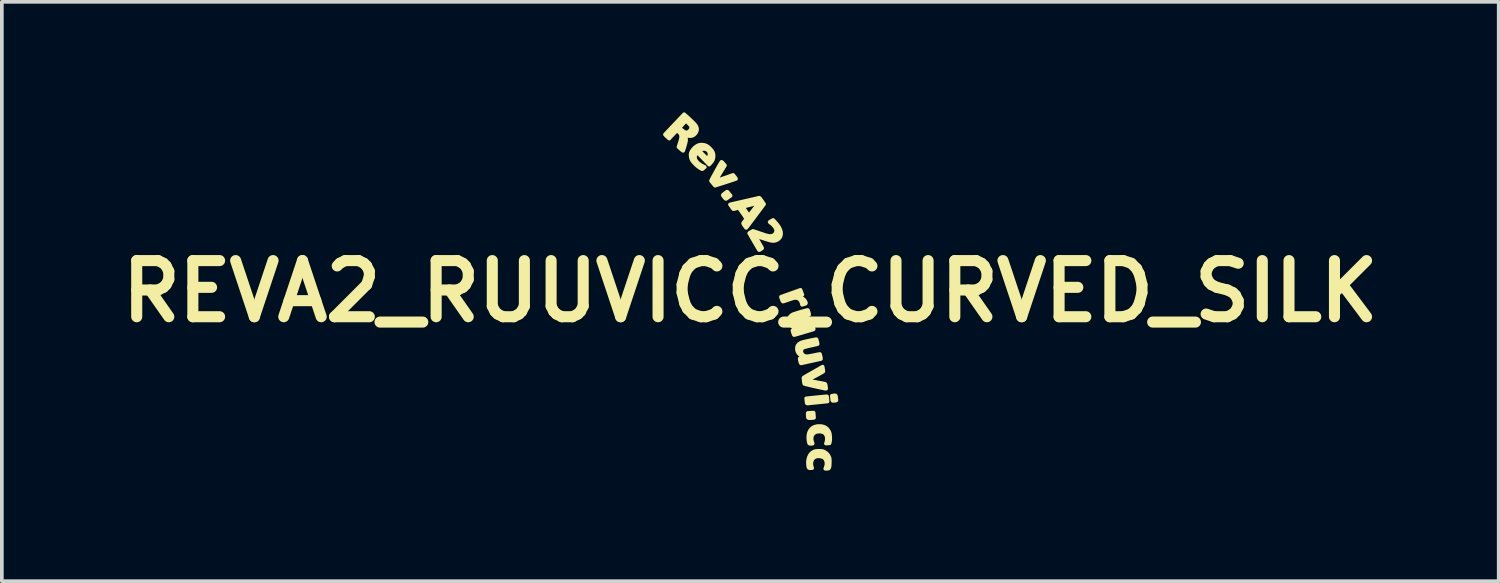
<source format=kicad_pcb>
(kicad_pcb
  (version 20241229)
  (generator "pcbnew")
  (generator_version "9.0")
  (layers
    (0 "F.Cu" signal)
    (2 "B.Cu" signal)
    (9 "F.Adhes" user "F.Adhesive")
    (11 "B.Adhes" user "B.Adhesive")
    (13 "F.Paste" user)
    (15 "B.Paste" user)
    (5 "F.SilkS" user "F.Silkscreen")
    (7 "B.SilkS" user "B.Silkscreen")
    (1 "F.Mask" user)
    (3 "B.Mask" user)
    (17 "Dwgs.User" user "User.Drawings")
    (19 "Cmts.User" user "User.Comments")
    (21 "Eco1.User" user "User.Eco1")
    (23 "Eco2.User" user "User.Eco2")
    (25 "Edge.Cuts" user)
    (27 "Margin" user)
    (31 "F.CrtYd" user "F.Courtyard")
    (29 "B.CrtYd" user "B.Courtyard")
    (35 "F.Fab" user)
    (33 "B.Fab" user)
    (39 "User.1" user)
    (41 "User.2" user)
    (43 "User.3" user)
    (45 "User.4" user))
  (footprint "REVA2_RUUVICC_CURVED_SILK"
    (layer "F.Cu")
    (at 17.316 4.858)
    (property "Reference" "REVA2_RUUVICC_CURVED_SILK" (at 0 0 0) (layer "F.SilkS") (effects (font (size 1.524 1.524) (thickness 0.3))))
    (attr through_hole)
    (fp_poly (pts (xy 1.73 3.432) (xy 1.691 3.438) (xy 1.642 3.443) (xy 1.603 3.443) (xy 1.577 3.438) (xy 1.566 3.43) (xy 1.563 3.415) (xy 1.561 3.389) (xy 1.56 3.359) (xy 1.56 3.302) (xy 1.639 3.296) (xy 1.673 3.294) (xy 1.7 3.293) (xy 1.715 3.293) (xy 1.718 3.293) (xy 1.719 3.302) (xy 1.721 3.323) (xy 1.724 3.353) (xy 1.725 3.364) (xy 1.73 3.432)) (stroke (width 0.1) (type solid)) (fill yes) (layer "F.SilkS"))
    (fp_poly (pts (xy 2.338 2.953) (xy 2.334 2.961) (xy 2.32 2.966) (xy 2.294 2.969) (xy 2.276 2.971) (xy 2.25 2.973) (xy 2.236 2.972) (xy 2.23 2.964) (xy 2.227 2.953) (xy 2.224 2.931) (xy 2.22 2.901) (xy 2.218 2.883) (xy 2.213 2.835) (xy 2.245 2.83) (xy 2.281 2.824) (xy 2.304 2.824) (xy 2.317 2.83) (xy 2.324 2.845) (xy 2.328 2.87) (xy 2.328 2.873) (xy 2.331 2.903) (xy 2.335 2.93) (xy 2.337 2.941) (xy 2.338 2.953)) (stroke (width 0.1) (type solid)) (fill yes) (layer "F.SilkS"))
    (fp_poly (pts (xy -0.535 -2.596) (xy -0.591 -2.555) (xy -0.619 -2.536) (xy -0.642 -2.519) (xy -0.656 -2.51) (xy -0.658 -2.508) (xy -0.668 -2.512) (xy -0.686 -2.528) (xy -0.707 -2.553) (xy -0.726 -2.578) (xy -0.741 -2.599) (xy -0.748 -2.611) (xy -0.748 -2.612) (xy -0.743 -2.619) (xy -0.727 -2.634) (xy -0.705 -2.652) (xy -0.68 -2.671) (xy -0.656 -2.688) (xy -0.637 -2.701) (xy -0.626 -2.705) (xy -0.619 -2.699) (xy -0.604 -2.683) (xy -0.584 -2.659) (xy -0.578 -2.651) (xy -0.535 -2.596)) (stroke (width 0.1) (type solid)) (fill yes) (layer "F.SilkS"))
    (fp_poly (pts (xy 2.097 2.99) (xy 1.865 3.013) (xy 1.801 3.02) (xy 1.74 3.026) (xy 1.685 3.031) (xy 1.639 3.036) (xy 1.605 3.04) (xy 1.585 3.042) (xy 1.557 3.044) (xy 1.542 3.043) (xy 1.535 3.037) (xy 1.532 3.031) (xy 1.529 3.014) (xy 1.526 2.987) (xy 1.523 2.96) (xy 1.517 2.905) (xy 1.798 2.876) (xy 1.865 2.869) (xy 1.926 2.863) (xy 1.98 2.858) (xy 2.025 2.854) (xy 2.058 2.851) (xy 2.077 2.85) (xy 2.081 2.85) (xy 2.084 2.86) (xy 2.087 2.882) (xy 2.09 2.912) (xy 2.091 2.922) (xy 2.097 2.99)) (stroke (width 0.1) (type solid)) (fill yes) (layer "F.SilkS"))
    (fp_poly (pts (xy 2.169 4.013) (xy 2.166 4.058) (xy 2.161 4.084) (xy 2.15 4.126) (xy 2.101 4.128) (xy 2.053 4.131) (xy 2.066 4.095) (xy 2.076 4.049) (xy 2.079 3.998) (xy 2.074 3.948) (xy 2.062 3.907) (xy 2.061 3.905) (xy 2.033 3.863) (xy 1.998 3.833) (xy 1.951 3.815) (xy 1.893 3.807) (xy 1.872 3.806) (xy 1.811 3.812) (xy 1.762 3.828) (xy 1.722 3.856) (xy 1.705 3.873) (xy 1.682 3.911) (xy 1.667 3.958) (xy 1.662 4.001) (xy 1.665 4.024) (xy 1.671 4.057) (xy 1.68 4.091) (xy 1.69 4.12) (xy 1.692 4.124) (xy 1.693 4.132) (xy 1.687 4.137) (xy 1.669 4.138) (xy 1.65 4.139) (xy 1.62 4.137) (xy 1.603 4.132) (xy 1.598 4.126) (xy 1.592 4.106) (xy 1.59 4.099) (xy 1.582 4.064) (xy 1.577 4.019) (xy 1.575 3.971) (xy 1.576 3.926) (xy 1.578 3.906) (xy 1.591 3.844) (xy 1.613 3.792) (xy 1.645 3.746) (xy 1.653 3.737) (xy 1.696 3.701) (xy 1.746 3.676) (xy 1.806 3.661) (xy 1.848 3.657) (xy 1.925 3.658) (xy 1.992 3.673) (xy 2.048 3.7) (xy 2.094 3.74) (xy 2.131 3.794) (xy 2.15 3.833) (xy 2.159 3.867) (xy 2.165 3.912) (xy 2.169 3.962) (xy 2.169 4.013)) (stroke (width 0.1) (type solid)) (fill yes) (layer "F.SilkS"))
    (fp_poly (pts (xy -0.388 -3.053) (xy -0.388 -3.052) (xy -0.397 -3.049) (xy -0.42 -3.041) (xy -0.455 -3.029) (xy -0.499 -3.014) (xy -0.55 -2.998) (xy -0.606 -2.979) (xy -0.665 -2.96) (xy -0.724 -2.941) (xy -0.782 -2.923) (xy -0.835 -2.906) (xy -0.883 -2.891) (xy -0.922 -2.879) (xy -0.922 -2.879) (xy -0.958 -2.868) (xy -1.01 -2.929) (xy -1.033 -2.956) (xy -1.052 -2.98) (xy -1.064 -2.996) (xy -1.066 -3) (xy -1.063 -3.009) (xy -1.052 -3.031) (xy -1.036 -3.063) (xy -1.014 -3.104) (xy -0.989 -3.151) (xy -0.961 -3.202) (xy -0.931 -3.256) (xy -0.902 -3.309) (xy -0.873 -3.361) (xy -0.846 -3.408) (xy -0.822 -3.449) (xy -0.802 -3.482) (xy -0.788 -3.505) (xy -0.781 -3.515) (xy -0.78 -3.515) (xy -0.772 -3.511) (xy -0.756 -3.497) (xy -0.736 -3.475) (xy -0.73 -3.469) (xy -0.687 -3.419) (xy -0.804 -3.225) (xy -0.836 -3.173) (xy -0.865 -3.124) (xy -0.891 -3.082) (xy -0.911 -3.048) (xy -0.925 -3.024) (xy -0.932 -3.013) (xy -0.934 -3.009) (xy -0.934 -3.005) (xy -0.932 -3.004) (xy -0.925 -3.004) (xy -0.912 -3.007) (xy -0.892 -3.013) (xy -0.865 -3.022) (xy -0.828 -3.034) (xy -0.78 -3.051) (xy -0.72 -3.072) (xy -0.646 -3.097) (xy -0.559 -3.128) (xy -0.549 -3.132) (xy -0.466 -3.161) (xy -0.424 -3.109) (xy -0.405 -3.084) (xy -0.392 -3.065) (xy -0.388 -3.053)) (stroke (width 0.1) (type solid)) (fill yes) (layer "F.SilkS"))
    (fp_poly (pts (xy 1.512 0.32) (xy 1.509 0.328) (xy 1.497 0.336) (xy 1.471 0.345) (xy 1.465 0.347) (xy 1.437 0.356) (xy 1.416 0.362) (xy 1.407 0.365) (xy 1.403 0.357) (xy 1.398 0.338) (xy 1.397 0.33) (xy 1.384 0.285) (xy 1.358 0.243) (xy 1.325 0.209) (xy 1.307 0.198) (xy 1.28 0.186) (xy 1.253 0.179) (xy 1.223 0.179) (xy 1.188 0.183) (xy 1.143 0.194) (xy 1.088 0.212) (xy 1.047 0.226) (xy 1.001 0.242) (xy 0.96 0.256) (xy 0.926 0.267) (xy 0.903 0.275) (xy 0.895 0.277) (xy 0.885 0.277) (xy 0.877 0.269) (xy 0.868 0.252) (xy 0.856 0.221) (xy 0.854 0.216) (xy 0.843 0.186) (xy 0.835 0.163) (xy 0.832 0.15) (xy 0.832 0.149) (xy 0.841 0.146) (xy 0.863 0.138) (xy 0.897 0.125) (xy 0.94 0.11) (xy 0.99 0.092) (xy 1.022 0.081) (xy 1.081 0.06) (xy 1.139 0.039) (xy 1.194 0.02) (xy 1.241 0.003) (xy 1.277 -0.01) (xy 1.286 -0.013) (xy 1.363 -0.041) (xy 1.389 0.026) (xy 1.414 0.093) (xy 1.371 0.109) (xy 1.338 0.121) (xy 1.306 0.132) (xy 1.293 0.136) (xy 1.259 0.147) (xy 1.306 0.158) (xy 1.352 0.17) (xy 1.385 0.179) (xy 1.408 0.188) (xy 1.427 0.198) (xy 1.443 0.21) (xy 1.447 0.214) (xy 1.477 0.246) (xy 1.5 0.285) (xy 1.509 0.309) (xy 1.512 0.32)) (stroke (width 0.1) (type solid)) (fill yes) (layer "F.SilkS"))
    (fp_poly (pts (xy 2.059 2.64) (xy 2.052 2.645) (xy 2.051 2.645) (xy 2.041 2.643) (xy 2.015 2.638) (xy 1.977 2.63) (xy 1.929 2.62) (xy 1.872 2.608) (xy 1.808 2.594) (xy 1.757 2.582) (xy 1.69 2.568) (xy 1.628 2.553) (xy 1.573 2.54) (xy 1.528 2.529) (xy 1.494 2.52) (xy 1.473 2.513) (xy 1.467 2.51) (xy 1.462 2.496) (xy 1.457 2.47) (xy 1.452 2.438) (xy 1.448 2.405) (xy 1.445 2.374) (xy 1.445 2.351) (xy 1.447 2.341) (xy 1.456 2.335) (xy 1.478 2.322) (xy 1.511 2.302) (xy 1.554 2.277) (xy 1.604 2.248) (xy 1.661 2.216) (xy 1.709 2.189) (xy 1.963 2.044) (xy 1.974 2.104) (xy 1.979 2.135) (xy 1.982 2.161) (xy 1.982 2.175) (xy 1.981 2.175) (xy 1.973 2.182) (xy 1.952 2.195) (xy 1.919 2.214) (xy 1.877 2.238) (xy 1.828 2.265) (xy 1.774 2.294) (xy 1.765 2.299) (xy 1.71 2.328) (xy 1.661 2.355) (xy 1.62 2.378) (xy 1.588 2.397) (xy 1.567 2.41) (xy 1.558 2.417) (xy 1.558 2.417) (xy 1.568 2.42) (xy 1.592 2.426) (xy 1.629 2.433) (xy 1.675 2.442) (xy 1.729 2.453) (xy 1.785 2.463) (xy 1.845 2.474) (xy 1.9 2.484) (xy 1.948 2.493) (xy 1.986 2.5) (xy 2.012 2.505) (xy 2.024 2.508) (xy 2.035 2.514) (xy 2.043 2.528) (xy 2.048 2.555) (xy 2.052 2.585) (xy 2.056 2.613) (xy 2.058 2.622) (xy 2.059 2.64)) (stroke (width 0.1) (type solid)) (fill yes) (layer "F.SilkS"))
    (fp_poly (pts (xy 2.158 4.634) (xy 2.158 4.639) (xy 2.156 4.697) (xy 2.153 4.74) (xy 2.147 4.771) (xy 2.144 4.779) (xy 2.136 4.798) (xy 2.127 4.809) (xy 2.112 4.813) (xy 2.085 4.815) (xy 2.083 4.815) (xy 2.057 4.816) (xy 2.04 4.816) (xy 2.035 4.815) (xy 2.038 4.807) (xy 2.045 4.787) (xy 2.052 4.768) (xy 2.067 4.711) (xy 2.069 4.653) (xy 2.058 4.6) (xy 2.035 4.553) (xy 2.013 4.527) (xy 1.976 4.502) (xy 1.928 4.486) (xy 1.874 4.478) (xy 1.818 4.48) (xy 1.778 4.488) (xy 1.733 4.51) (xy 1.697 4.544) (xy 1.672 4.588) (xy 1.658 4.64) (xy 1.655 4.696) (xy 1.666 4.754) (xy 1.674 4.778) (xy 1.678 4.794) (xy 1.679 4.798) (xy 1.671 4.799) (xy 1.652 4.8) (xy 1.633 4.8) (xy 1.61 4.8) (xy 1.594 4.796) (xy 1.584 4.787) (xy 1.578 4.768) (xy 1.572 4.737) (xy 1.569 4.715) (xy 1.565 4.644) (xy 1.571 4.575) (xy 1.588 4.51) (xy 1.613 4.453) (xy 1.647 4.407) (xy 1.665 4.39) (xy 1.701 4.364) (xy 1.736 4.346) (xy 1.777 4.335) (xy 1.825 4.33) (xy 1.866 4.329) (xy 1.907 4.33) (xy 1.937 4.332) (xy 1.96 4.336) (xy 1.982 4.343) (xy 2.007 4.355) (xy 2.012 4.357) (xy 2.061 4.387) (xy 2.099 4.425) (xy 2.131 4.474) (xy 2.139 4.492) (xy 2.148 4.512) (xy 2.153 4.532) (xy 2.156 4.556) (xy 2.158 4.588) (xy 2.158 4.634)) (stroke (width 0.1) (type solid)) (fill yes) (layer "F.SilkS"))
    (fp_poly (pts (xy 0.835 -1.554) (xy 0.825 -1.501) (xy 0.8 -1.455) (xy 0.761 -1.416) (xy 0.752 -1.41) (xy 0.7 -1.382) (xy 0.647 -1.369) (xy 0.59 -1.369) (xy 0.568 -1.373) (xy 0.533 -1.382) (xy 0.488 -1.394) (xy 0.435 -1.41) (xy 0.378 -1.428) (xy 0.338 -1.441) (xy 0.283 -1.459) (xy 0.233 -1.475) (xy 0.192 -1.488) (xy 0.16 -1.498) (xy 0.141 -1.504) (xy 0.136 -1.504) (xy 0.14 -1.496) (xy 0.151 -1.476) (xy 0.169 -1.445) (xy 0.191 -1.406) (xy 0.217 -1.361) (xy 0.229 -1.341) (xy 0.256 -1.293) (xy 0.28 -1.251) (xy 0.3 -1.215) (xy 0.314 -1.189) (xy 0.322 -1.174) (xy 0.322 -1.172) (xy 0.316 -1.165) (xy 0.299 -1.152) (xy 0.279 -1.139) (xy 0.259 -1.127) (xy 0.244 -1.12) (xy 0.242 -1.119) (xy 0.235 -1.125) (xy 0.231 -1.13) (xy 0.225 -1.139) (xy 0.212 -1.161) (xy 0.193 -1.194) (xy 0.169 -1.235) (xy 0.141 -1.282) (xy 0.111 -1.334) (xy 0.079 -1.389) (xy 0.047 -1.444) (xy 0.016 -1.498) (xy -0.013 -1.548) (xy -0.03 -1.578) (xy -0.025 -1.584) (xy -0.008 -1.596) (xy 0.017 -1.61) (xy 0.02 -1.611) (xy 0.073 -1.64) (xy 0.282 -1.569) (xy 0.346 -1.548) (xy 0.396 -1.531) (xy 0.436 -1.519) (xy 0.466 -1.511) (xy 0.489 -1.505) (xy 0.509 -1.503) (xy 0.527 -1.502) (xy 0.545 -1.502) (xy 0.55 -1.502) (xy 0.585 -1.506) (xy 0.61 -1.512) (xy 0.631 -1.524) (xy 0.639 -1.529) (xy 0.677 -1.566) (xy 0.698 -1.607) (xy 0.703 -1.652) (xy 0.691 -1.702) (xy 0.691 -1.703) (xy 0.675 -1.733) (xy 0.649 -1.768) (xy 0.617 -1.804) (xy 0.584 -1.836) (xy 0.554 -1.858) (xy 0.536 -1.871) (xy 0.526 -1.88) (xy 0.526 -1.882) (xy 0.533 -1.888) (xy 0.551 -1.9) (xy 0.573 -1.913) (xy 0.62 -1.938) (xy 0.681 -1.874) (xy 0.739 -1.805) (xy 0.784 -1.738) (xy 0.815 -1.673) (xy 0.832 -1.611) (xy 0.835 -1.554)) (stroke (width 0.1) (type solid)) (fill yes) (layer "F.SilkS"))
    (fp_poly (pts (xy -0.997 -3.672) (xy -1.002 -3.618) (xy -1.016 -3.57) (xy -1.043 -3.525) (xy -1.077 -3.483) (xy -1.105 -3.453) (xy -1.105 -3.715) (xy -1.109 -3.758) (xy -1.127 -3.798) (xy -1.157 -3.832) (xy -1.19 -3.853) (xy -1.232 -3.865) (xy -1.28 -3.865) (xy -1.326 -3.854) (xy -1.366 -3.833) (xy -1.378 -3.824) (xy -1.375 -3.815) (xy -1.361 -3.796) (xy -1.335 -3.767) (xy -1.3 -3.73) (xy -1.28 -3.71) (xy -1.246 -3.676) (xy -1.216 -3.646) (xy -1.191 -3.623) (xy -1.175 -3.609) (xy -1.169 -3.604) (xy -1.161 -3.61) (xy -1.146 -3.625) (xy -1.138 -3.634) (xy -1.114 -3.673) (xy -1.105 -3.715) (xy -1.105 -3.453) (xy -1.117 -3.44) (xy -1.248 -3.575) (xy -1.288 -3.617) (xy -1.326 -3.656) (xy -1.36 -3.691) (xy -1.386 -3.719) (xy -1.404 -3.738) (xy -1.407 -3.742) (xy -1.424 -3.76) (xy -1.438 -3.769) (xy -1.442 -3.77) (xy -1.45 -3.761) (xy -1.464 -3.742) (xy -1.475 -3.726) (xy -1.497 -3.679) (xy -1.502 -3.63) (xy -1.491 -3.581) (xy -1.477 -3.553) (xy -1.441 -3.508) (xy -1.393 -3.464) (xy -1.336 -3.424) (xy -1.298 -3.404) (xy -1.235 -3.372) (xy -1.269 -3.344) (xy -1.288 -3.328) (xy -1.302 -3.318) (xy -1.306 -3.316) (xy -1.315 -3.32) (xy -1.335 -3.33) (xy -1.361 -3.345) (xy -1.365 -3.348) (xy -1.41 -3.378) (xy -1.458 -3.416) (xy -1.503 -3.46) (xy -1.544 -3.504) (xy -1.575 -3.545) (xy -1.586 -3.564) (xy -1.604 -3.601) (xy -1.613 -3.636) (xy -1.618 -3.678) (xy -1.62 -3.713) (xy -1.617 -3.738) (xy -1.61 -3.762) (xy -1.597 -3.792) (xy -1.596 -3.794) (xy -1.561 -3.848) (xy -1.514 -3.899) (xy -1.461 -3.94) (xy -1.427 -3.959) (xy -1.395 -3.972) (xy -1.365 -3.979) (xy -1.329 -3.981) (xy -1.314 -3.982) (xy -1.251 -3.975) (xy -1.192 -3.954) (xy -1.137 -3.919) (xy -1.088 -3.872) (xy -1.048 -3.827) (xy -1.021 -3.786) (xy -1.005 -3.745) (xy -0.998 -3.701) (xy -0.997 -3.672)) (stroke (width 0.1) (type solid)) (fill yes) (layer "F.SilkS"))
    (fp_poly (pts (xy 1.721 1.027) (xy 1.72 1.03) (xy 1.711 1.034) (xy 1.689 1.041) (xy 1.654 1.052) (xy 1.611 1.065) (xy 1.56 1.08) (xy 1.505 1.096) (xy 1.448 1.113) (xy 1.392 1.13) (xy 1.338 1.146) (xy 1.288 1.16) (xy 1.247 1.172) (xy 1.214 1.181) (xy 1.194 1.186) (xy 1.189 1.187) (xy 1.182 1.18) (xy 1.173 1.16) (xy 1.164 1.132) (xy 1.163 1.129) (xy 1.154 1.099) (xy 1.148 1.075) (xy 1.145 1.062) (xy 1.145 1.061) (xy 1.152 1.055) (xy 1.172 1.046) (xy 1.201 1.036) (xy 1.206 1.034) (xy 1.267 1.016) (xy 1.214 0.993) (xy 1.152 0.961) (xy 1.105 0.923) (xy 1.072 0.877) (xy 1.053 0.823) (xy 1.051 0.817) (xy 1.048 0.763) (xy 1.06 0.715) (xy 1.088 0.673) (xy 1.131 0.637) (xy 1.139 0.632) (xy 1.157 0.624) (xy 1.187 0.613) (xy 1.226 0.6) (xy 1.271 0.585) (xy 1.321 0.57) (xy 1.372 0.554) (xy 1.422 0.54) (xy 1.468 0.527) (xy 1.508 0.517) (xy 1.538 0.509) (xy 1.557 0.506) (xy 1.561 0.507) (xy 1.568 0.519) (xy 1.576 0.542) (xy 1.585 0.569) (xy 1.592 0.597) (xy 1.596 0.621) (xy 1.597 0.635) (xy 1.597 0.636) (xy 1.587 0.64) (xy 1.563 0.648) (xy 1.529 0.659) (xy 1.486 0.671) (xy 1.437 0.686) (xy 1.433 0.687) (xy 1.363 0.707) (xy 1.306 0.725) (xy 1.263 0.741) (xy 1.231 0.756) (xy 1.208 0.77) (xy 1.192 0.784) (xy 1.182 0.799) (xy 1.173 0.832) (xy 1.174 0.871) (xy 1.184 0.908) (xy 1.193 0.923) (xy 1.22 0.952) (xy 1.249 0.97) (xy 1.287 0.98) (xy 1.314 0.982) (xy 1.337 0.983) (xy 1.359 0.982) (xy 1.384 0.978) (xy 1.415 0.971) (xy 1.455 0.961) (xy 1.507 0.946) (xy 1.526 0.941) (xy 1.574 0.927) (xy 1.617 0.916) (xy 1.651 0.907) (xy 1.674 0.901) (xy 1.683 0.9) (xy 1.683 0.9) (xy 1.689 0.911) (xy 1.696 0.932) (xy 1.704 0.959) (xy 1.712 0.987) (xy 1.718 1.012) (xy 1.721 1.027)) (stroke (width 0.1) (type solid)) (fill yes) (layer "F.SilkS"))
    (fp_poly (pts (xy 1.918 1.831) (xy 1.918 1.835) (xy 1.908 1.838) (xy 1.885 1.844) (xy 1.848 1.852) (xy 1.801 1.862) (xy 1.746 1.875) (xy 1.685 1.888) (xy 1.654 1.895) (xy 1.589 1.909) (xy 1.53 1.922) (xy 1.478 1.934) (xy 1.435 1.943) (xy 1.403 1.95) (xy 1.385 1.955) (xy 1.382 1.955) (xy 1.374 1.954) (xy 1.367 1.942) (xy 1.359 1.917) (xy 1.354 1.898) (xy 1.347 1.867) (xy 1.342 1.841) (xy 1.34 1.827) (xy 1.34 1.827) (xy 1.348 1.82) (xy 1.367 1.813) (xy 1.393 1.806) (xy 1.422 1.8) (xy 1.444 1.795) (xy 1.453 1.791) (xy 1.45 1.786) (xy 1.435 1.775) (xy 1.411 1.761) (xy 1.407 1.759) (xy 1.351 1.724) (xy 1.311 1.686) (xy 1.284 1.643) (xy 1.269 1.592) (xy 1.266 1.569) (xy 1.268 1.515) (xy 1.286 1.468) (xy 1.319 1.429) (xy 1.366 1.398) (xy 1.416 1.379) (xy 1.443 1.372) (xy 1.48 1.363) (xy 1.524 1.353) (xy 1.573 1.342) (xy 1.622 1.331) (xy 1.671 1.321) (xy 1.715 1.313) (xy 1.752 1.306) (xy 1.779 1.301) (xy 1.793 1.3) (xy 1.795 1.3) (xy 1.799 1.31) (xy 1.806 1.331) (xy 1.813 1.359) (xy 1.82 1.387) (xy 1.825 1.412) (xy 1.827 1.429) (xy 1.827 1.432) (xy 1.818 1.435) (xy 1.796 1.44) (xy 1.761 1.448) (xy 1.718 1.458) (xy 1.668 1.469) (xy 1.653 1.472) (xy 1.582 1.488) (xy 1.526 1.502) (xy 1.482 1.514) (xy 1.45 1.526) (xy 1.426 1.537) (xy 1.41 1.549) (xy 1.399 1.562) (xy 1.396 1.568) (xy 1.383 1.609) (xy 1.386 1.652) (xy 1.402 1.693) (xy 1.43 1.726) (xy 1.442 1.736) (xy 1.466 1.749) (xy 1.492 1.758) (xy 1.523 1.761) (xy 1.561 1.761) (xy 1.608 1.755) (xy 1.667 1.744) (xy 1.73 1.731) (xy 1.779 1.721) (xy 1.822 1.712) (xy 1.857 1.706) (xy 1.88 1.702) (xy 1.89 1.701) (xy 1.89 1.701) (xy 1.894 1.711) (xy 1.9 1.732) (xy 1.906 1.76) (xy 1.912 1.789) (xy 1.916 1.814) (xy 1.918 1.831)) (stroke (width 0.1) (type solid)) (fill yes) (layer "F.SilkS"))
    (fp_poly (pts (xy 0.374 -2.366) (xy 0.219 -2.159) (xy 0.219 -2.398) (xy 0.208 -2.396) (xy 0.183 -2.391) (xy 0.146 -2.383) (xy 0.1 -2.371) (xy 0.047 -2.358) (xy 0.002 -2.347) (xy -0.203 -2.294) (xy -0.121 -2.173) (xy -0.094 -2.134) (xy -0.071 -2.1) (xy -0.053 -2.074) (xy -0.041 -2.059) (xy -0.037 -2.055) (xy -0.032 -2.062) (xy -0.017 -2.08) (xy 0.005 -2.108) (xy 0.033 -2.144) (xy 0.066 -2.187) (xy 0.097 -2.226) (xy 0.135 -2.275) (xy 0.168 -2.318) (xy 0.193 -2.353) (xy 0.21 -2.379) (xy 0.219 -2.394) (xy 0.219 -2.398) (xy 0.219 -2.159) (xy 0.134 -2.044) (xy 0.085 -1.979) (xy 0.04 -1.919) (xy -0.001 -1.864) (xy -0.037 -1.816) (xy -0.067 -1.777) (xy -0.09 -1.747) (xy -0.105 -1.728) (xy -0.111 -1.722) (xy -0.118 -1.728) (xy -0.131 -1.745) (xy -0.149 -1.77) (xy -0.156 -1.779) (xy -0.174 -1.807) (xy -0.188 -1.829) (xy -0.194 -1.843) (xy -0.195 -1.845) (xy -0.19 -1.855) (xy -0.177 -1.875) (xy -0.158 -1.9) (xy -0.152 -1.907) (xy -0.133 -1.933) (xy -0.118 -1.955) (xy -0.111 -1.968) (xy -0.11 -1.969) (xy -0.115 -1.98) (xy -0.128 -2.001) (xy -0.147 -2.03) (xy -0.17 -2.066) (xy -0.197 -2.104) (xy -0.225 -2.144) (xy -0.251 -2.182) (xy -0.276 -2.215) (xy -0.296 -2.242) (xy -0.31 -2.259) (xy -0.316 -2.264) (xy -0.329 -2.262) (xy -0.353 -2.257) (xy -0.384 -2.249) (xy -0.39 -2.247) (xy -0.421 -2.239) (xy -0.445 -2.234) (xy -0.458 -2.231) (xy -0.459 -2.231) (xy -0.465 -2.237) (xy -0.479 -2.254) (xy -0.497 -2.279) (xy -0.507 -2.294) (xy -0.552 -2.357) (xy -0.52 -2.365) (xy -0.505 -2.369) (xy -0.475 -2.376) (xy -0.433 -2.386) (xy -0.38 -2.398) (xy -0.317 -2.413) (xy -0.248 -2.428) (xy -0.174 -2.445) (xy -0.131 -2.455) (xy -0.056 -2.472) (xy 0.015 -2.489) (xy 0.079 -2.503) (xy 0.135 -2.516) (xy 0.181 -2.527) (xy 0.214 -2.535) (xy 0.234 -2.54) (xy 0.239 -2.541) (xy 0.248 -2.539) (xy 0.261 -2.527) (xy 0.279 -2.505) (xy 0.304 -2.469) (xy 0.314 -2.456) (xy 0.374 -2.366)) (stroke (width 0.1) (type solid)) (fill yes) (layer "F.SilkS"))
    (fp_poly (pts (xy -1.445 -4.407) (xy -1.45 -4.359) (xy -1.472 -4.31) (xy -1.484 -4.293) (xy -1.524 -4.251) (xy -1.57 -4.224) (xy -1.603 -4.216) (xy -1.603 -4.453) (xy -1.614 -4.492) (xy -1.615 -4.494) (xy -1.626 -4.508) (xy -1.644 -4.529) (xy -1.668 -4.554) (xy -1.693 -4.578) (xy -1.717 -4.6) (xy -1.736 -4.615) (xy -1.747 -4.622) (xy -1.747 -4.622) (xy -1.755 -4.616) (xy -1.772 -4.6) (xy -1.796 -4.576) (xy -1.825 -4.545) (xy -1.839 -4.529) (xy -1.925 -4.437) (xy -1.862 -4.382) (xy -1.815 -4.346) (xy -1.776 -4.323) (xy -1.741 -4.313) (xy -1.709 -4.316) (xy -1.677 -4.331) (xy -1.664 -4.34) (xy -1.629 -4.374) (xy -1.609 -4.412) (xy -1.603 -4.453) (xy -1.603 -4.216) (xy -1.621 -4.213) (xy -1.678 -4.217) (xy -1.74 -4.238) (xy -1.742 -4.239) (xy -1.77 -4.251) (xy -1.792 -4.26) (xy -1.803 -4.263) (xy -1.804 -4.262) (xy -1.802 -4.254) (xy -1.792 -4.236) (xy -1.776 -4.211) (xy -1.775 -4.21) (xy -1.759 -4.182) (xy -1.748 -4.155) (xy -1.743 -4.126) (xy -1.744 -4.092) (xy -1.752 -4.051) (xy -1.765 -3.999) (xy -1.781 -3.944) (xy -1.794 -3.9) (xy -1.806 -3.863) (xy -1.815 -3.834) (xy -1.821 -3.818) (xy -1.823 -3.815) (xy -1.831 -3.818) (xy -1.848 -3.83) (xy -1.872 -3.849) (xy -1.888 -3.863) (xy -1.949 -3.918) (xy -1.911 -4.039) (xy -1.891 -4.106) (xy -1.879 -4.16) (xy -1.876 -4.205) (xy -1.88 -4.241) (xy -1.894 -4.273) (xy -1.916 -4.303) (xy -1.948 -4.333) (xy -1.954 -4.338) (xy -1.991 -4.368) (xy -2.071 -4.285) (xy -2.103 -4.252) (xy -2.134 -4.22) (xy -2.159 -4.194) (xy -2.175 -4.175) (xy -2.177 -4.174) (xy -2.201 -4.145) (xy -2.26 -4.199) (xy -2.286 -4.222) (xy -2.305 -4.242) (xy -2.316 -4.254) (xy -2.317 -4.257) (xy -2.311 -4.264) (xy -2.294 -4.282) (xy -2.268 -4.31) (xy -2.234 -4.346) (xy -2.193 -4.389) (xy -2.146 -4.439) (xy -2.095 -4.493) (xy -2.055 -4.535) (xy -1.796 -4.808) (xy -1.727 -4.747) (xy -1.666 -4.692) (xy -1.611 -4.64) (xy -1.563 -4.594) (xy -1.525 -4.554) (xy -1.497 -4.523) (xy -1.483 -4.506) (xy -1.456 -4.456) (xy -1.445 -4.407)) (stroke (width 0.1) (type solid)) (fill yes) (layer "F.SilkS")))
  (gr_rect
    (start -3 -3)
    (end 37.631 12.725)
    (stroke (width 0.1) (type default))
    (fill no)
    (layer "Edge.Cuts")))
</source>
